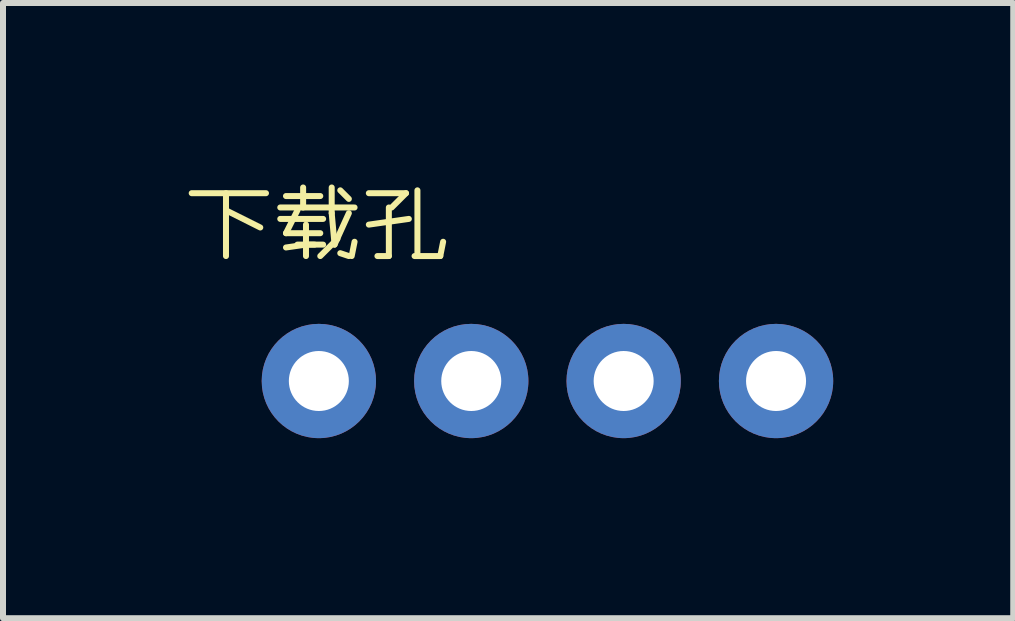
<source format=kicad_pcb>
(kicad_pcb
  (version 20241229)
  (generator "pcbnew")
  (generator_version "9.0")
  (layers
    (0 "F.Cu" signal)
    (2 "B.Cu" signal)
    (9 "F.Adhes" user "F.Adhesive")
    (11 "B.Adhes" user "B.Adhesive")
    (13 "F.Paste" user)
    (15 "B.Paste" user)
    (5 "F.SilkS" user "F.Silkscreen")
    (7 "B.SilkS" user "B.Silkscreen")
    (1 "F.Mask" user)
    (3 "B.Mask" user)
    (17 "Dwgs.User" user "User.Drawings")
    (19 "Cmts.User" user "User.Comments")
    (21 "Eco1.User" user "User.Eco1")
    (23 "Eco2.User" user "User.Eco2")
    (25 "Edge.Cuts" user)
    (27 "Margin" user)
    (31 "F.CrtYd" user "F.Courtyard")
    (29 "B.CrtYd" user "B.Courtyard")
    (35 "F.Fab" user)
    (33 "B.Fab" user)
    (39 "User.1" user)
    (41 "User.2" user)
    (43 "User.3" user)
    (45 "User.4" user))
  (footprint "下载孔"
    (layer "F.Cu")
    (at 2.264 3.3)
    (property "Reference" "下载孔" (at 0 -2.54 0) (unlocked yes) (layer "F.SilkS") (effects (font (size 1 1) (thickness 0.1))))
    (attr smd)
    (pad "1" thru_hole circle (at 0 0) (size 1.905 1.905) (drill 1) (layers "*.Cu" "*.Mask"))
    (pad "2" thru_hole circle (at 2.54 0) (size 1.905 1.905) (drill 1) (layers "*.Cu" "*.Mask"))
    (pad "3" thru_hole circle (at 5.08 0) (size 1.905 1.905) (drill 1) (layers "*.Cu" "*.Mask"))
    (pad "4" thru_hole circle (at 7.62 0) (size 1.905 1.905) (drill 1) (layers "*.Cu" "*.Mask")))
  (gr_rect
    (start -3 -3)
    (end 13.837 7.253)
    (stroke (width 0.1) (type default))
    (fill no)
    (layer "Edge.Cuts")))
</source>
